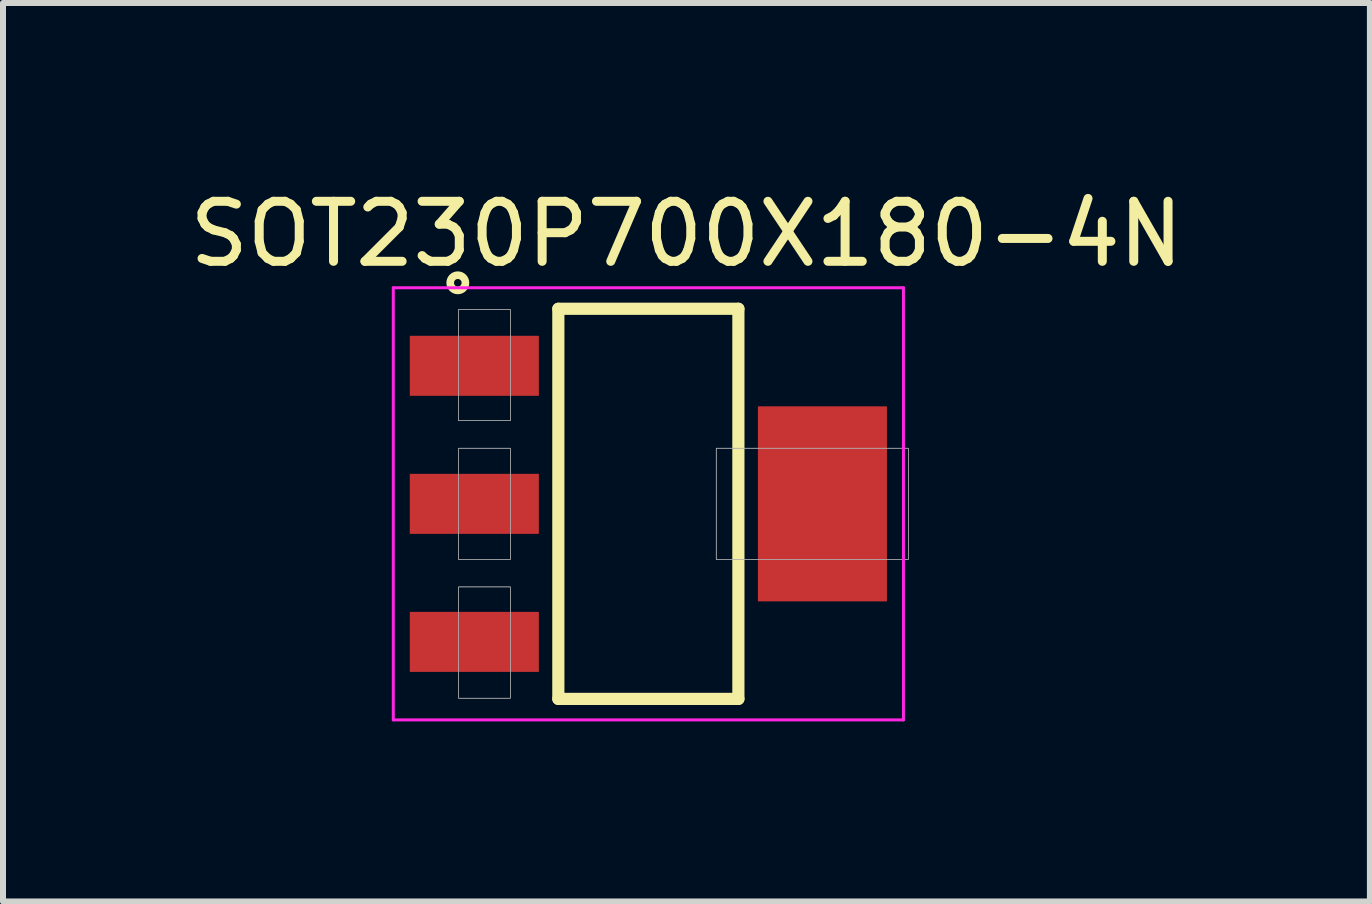
<source format=kicad_pcb>
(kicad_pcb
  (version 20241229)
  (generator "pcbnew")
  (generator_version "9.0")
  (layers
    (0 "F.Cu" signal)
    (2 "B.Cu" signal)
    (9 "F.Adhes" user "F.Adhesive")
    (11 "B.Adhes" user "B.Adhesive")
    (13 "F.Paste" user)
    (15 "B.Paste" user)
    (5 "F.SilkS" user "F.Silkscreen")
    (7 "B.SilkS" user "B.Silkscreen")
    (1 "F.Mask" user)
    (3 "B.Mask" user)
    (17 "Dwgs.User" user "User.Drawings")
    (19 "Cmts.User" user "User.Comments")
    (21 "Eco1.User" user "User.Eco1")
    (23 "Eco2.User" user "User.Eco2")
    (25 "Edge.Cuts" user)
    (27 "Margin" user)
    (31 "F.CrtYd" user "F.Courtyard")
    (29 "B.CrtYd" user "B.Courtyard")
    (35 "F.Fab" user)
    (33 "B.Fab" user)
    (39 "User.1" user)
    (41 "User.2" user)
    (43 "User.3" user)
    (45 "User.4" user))
  (footprint "SOT230P700X180-4N"
    (layer "F.Cu")
    (at 7.753 5.345)
    (property "Reference" "SOT230P700X180-4N" (at 0.635 -4.496 0) (layer "F.SilkS") (effects (font (size 1 1) (thickness 0.15))))
    (attr smd)
    (fp_line (start -1.5 -3.25) (end 1.5 -3.25) (stroke (width 0.203) (type solid)) (layer "F.SilkS"))
    (fp_line (start -1.5 3.25) (end -1.5 -3.25) (stroke (width 0.203) (type solid)) (layer "F.SilkS"))
    (fp_line (start 1.5 -3.25) (end 1.5 3.25) (stroke (width 0.203) (type solid)) (layer "F.SilkS"))
    (fp_line (start 1.5 3.25) (end -1.5 3.25) (stroke (width 0.203) (type solid)) (layer "F.SilkS"))
    (fp_circle (center -3.175 -3.683) (end -3.048 -3.683) (stroke (width 0.127) (type solid)) (fill no) (layer "F.SilkS"))
    (fp_line (start -4.25 -3.6) (end 4.25 -3.6) (stroke (width 0.05) (type solid)) (layer "F.CrtYd"))
    (fp_line (start -4.25 3.6) (end -4.25 -3.6) (stroke (width 0.05) (type solid)) (layer "F.CrtYd"))
    (fp_line (start 4.25 -3.6) (end 4.25 3.6) (stroke (width 0.05) (type solid)) (layer "F.CrtYd"))
    (fp_line (start 4.25 3.6) (end -4.25 3.6) (stroke (width 0.05) (type solid)) (layer "F.CrtYd"))
    (fp_poly (pts (xy -3.165 -3.239) (xy -2.299 -3.239) (xy -2.299 -1.385) (xy -3.165 -1.385)) (stroke (width 0.01) (type solid)) (fill no) (layer "F.Fab"))
    (fp_poly (pts (xy -3.163 1.384) (xy -2.299 1.384) (xy -2.299 3.239) (xy -3.163 3.239)) (stroke (width 0.01) (type solid)) (fill no) (layer "F.Fab"))
    (fp_poly (pts (xy -3.163 -0.927) (xy -2.299 -0.927) (xy -2.299 0.927) (xy -3.163 0.927)) (stroke (width 0.01) (type solid)) (fill no) (layer "F.Fab"))
    (fp_poly (pts (xy -3.163 -3.239) (xy -2.299 -3.239) (xy -2.299 -1.385) (xy -3.163 -1.385)) (stroke (width 0.01) (type solid)) (fill no) (layer "F.Fab"))
    (fp_poly (pts (xy -3.163 1.384) (xy -2.299 1.384) (xy -2.299 3.239) (xy -3.163 3.239)) (stroke (width 0.01) (type solid)) (fill no) (layer "F.Fab"))
    (fp_poly (pts (xy -3.162 -0.927) (xy -2.299 -0.927) (xy -2.299 0.927) (xy -3.162 0.927)) (stroke (width 0.01) (type solid)) (fill no) (layer "F.Fab"))
    (fp_poly (pts (xy 1.131 -0.927) (xy 4.331 -0.927) (xy 4.331 0.928) (xy 1.131 0.928)) (stroke (width 0.01) (type solid)) (fill no) (layer "F.Fab"))
    (fp_poly (pts (xy 1.131 -0.927) (xy 4.331 -0.927) (xy 4.331 0.928) (xy 1.131 0.928)) (stroke (width 0.01) (type solid)) (fill no) (layer "F.Fab"))
    (pad "1" smd rect (at -2.9 -2.3) (size 2.15 1) (layers "F.Cu" "F.Mask" "F.Paste"))
    (pad "2" smd rect (at -2.9 0) (size 2.15 1) (layers "F.Cu" "F.Mask" "F.Paste"))
    (pad "3" smd rect (at -2.9 2.3) (size 2.15 1) (layers "F.Cu" "F.Mask" "F.Paste"))
    (pad "4" smd rect (at 2.9 0) (size 2.15 3.25) (layers "F.Cu" "F.Mask" "F.Paste")))
  (gr_rect
    (start -3 -3)
    (end 19.775 11.97)
    (stroke (width 0.1) (type default))
    (fill no)
    (layer "Edge.Cuts")))
</source>
